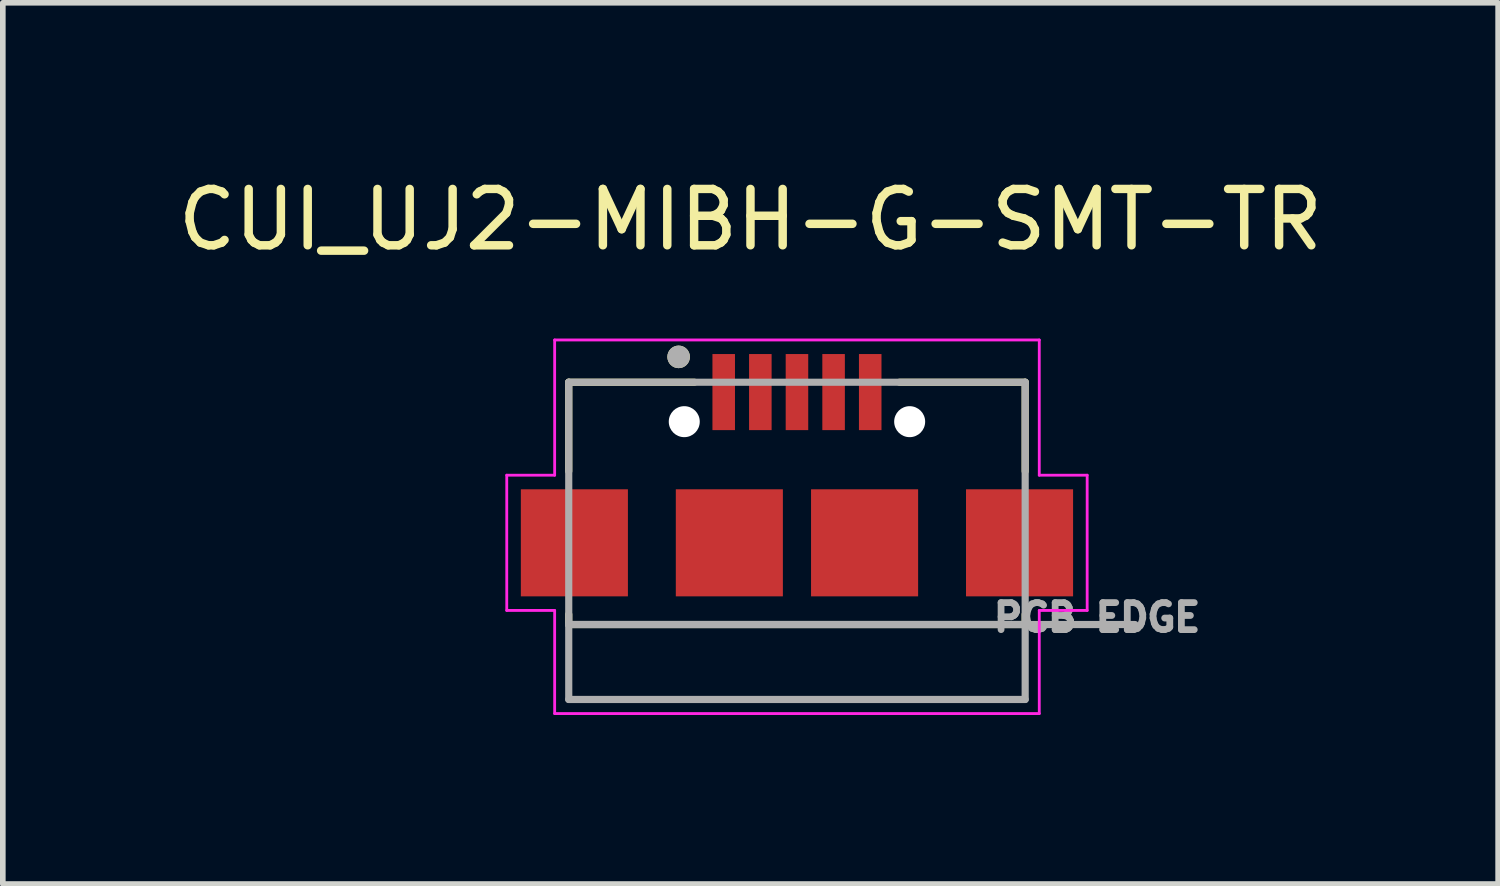
<source format=kicad_pcb>
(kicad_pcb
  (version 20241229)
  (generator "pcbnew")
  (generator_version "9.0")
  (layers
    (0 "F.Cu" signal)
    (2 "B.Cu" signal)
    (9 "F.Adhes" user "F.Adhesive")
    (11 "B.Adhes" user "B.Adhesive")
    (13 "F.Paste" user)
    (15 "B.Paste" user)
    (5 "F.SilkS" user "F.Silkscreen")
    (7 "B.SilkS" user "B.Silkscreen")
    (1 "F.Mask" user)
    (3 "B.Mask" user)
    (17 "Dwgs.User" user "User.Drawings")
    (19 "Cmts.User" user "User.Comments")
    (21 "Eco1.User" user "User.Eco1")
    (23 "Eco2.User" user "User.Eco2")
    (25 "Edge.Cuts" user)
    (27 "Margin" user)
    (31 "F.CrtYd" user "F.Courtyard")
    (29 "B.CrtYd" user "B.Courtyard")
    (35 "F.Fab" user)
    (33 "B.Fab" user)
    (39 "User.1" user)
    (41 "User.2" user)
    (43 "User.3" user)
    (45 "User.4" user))
  (footprint "CUI_UJ2-MIBH-G-SMT-TR"
    (layer "F.Cu")
    (at 11.093 6.583)
    (property "Reference" "CUI_UJ2-MIBH-G-SMT-TR" (at -0.825 -5.735 0) (layer "F.SilkS") (effects (font (size 1 1) (thickness 0.15))))
    (attr smd)
    (fp_line (start -4.05 -2.85) (end -1.82 -2.85) (stroke (width 0.127) (type solid)) (layer "F.SilkS"))
    (fp_line (start -4.05 -1.27) (end -4.05 -2.85) (stroke (width 0.127) (type solid)) (layer "F.SilkS"))
    (fp_line (start -4.05 1.27) (end -4.05 1.45) (stroke (width 0.127) (type solid)) (layer "F.SilkS"))
    (fp_line (start -4.05 1.45) (end 4.05 1.45) (stroke (width 0.127) (type solid)) (layer "F.SilkS"))
    (fp_line (start 1.82 -2.85) (end 4.05 -2.85) (stroke (width 0.127) (type solid)) (layer "F.SilkS"))
    (fp_line (start 4.05 -2.85) (end 4.05 -1.27) (stroke (width 0.127) (type solid)) (layer "F.SilkS"))
    (fp_line (start 4.05 1.45) (end 4.05 1.27) (stroke (width 0.127) (type solid)) (layer "F.SilkS"))
    (fp_circle (center -2.1 -3.3) (end -2 -3.3) (stroke (width 0.2) (type solid)) (fill no) (layer "F.SilkS"))
    (fp_line (start -5.15 -1.2) (end -5.15 1.2) (stroke (width 0.05) (type solid)) (layer "F.CrtYd"))
    (fp_line (start -5.15 1.2) (end -4.3 1.2) (stroke (width 0.05) (type solid)) (layer "F.CrtYd"))
    (fp_line (start -4.3 -3.6) (end 4.3 -3.6) (stroke (width 0.05) (type solid)) (layer "F.CrtYd"))
    (fp_line (start -4.3 -1.2) (end -5.15 -1.2) (stroke (width 0.05) (type solid)) (layer "F.CrtYd"))
    (fp_line (start -4.3 -1.2) (end -4.3 -3.6) (stroke (width 0.05) (type solid)) (layer "F.CrtYd"))
    (fp_line (start -4.3 1.2) (end -4.3 3.03) (stroke (width 0.05) (type solid)) (layer "F.CrtYd"))
    (fp_line (start -4.3 3.03) (end 4.3 3.03) (stroke (width 0.05) (type solid)) (layer "F.CrtYd"))
    (fp_line (start 4.3 -1.2) (end 4.3 -3.6) (stroke (width 0.05) (type solid)) (layer "F.CrtYd"))
    (fp_line (start 4.3 1.2) (end 5.15 1.2) (stroke (width 0.05) (type solid)) (layer "F.CrtYd"))
    (fp_line (start 4.3 3.03) (end 4.3 1.2) (stroke (width 0.05) (type solid)) (layer "F.CrtYd"))
    (fp_line (start 5.15 -1.2) (end 4.3 -1.2) (stroke (width 0.05) (type solid)) (layer "F.CrtYd"))
    (fp_line (start 5.15 1.2) (end 5.15 -1.2) (stroke (width 0.05) (type solid)) (layer "F.CrtYd"))
    (fp_line (start -4.05 -2.85) (end 4.05 -2.85) (stroke (width 0.127) (type solid)) (layer "F.Fab"))
    (fp_line (start -4.05 1.45) (end -4.05 -2.85) (stroke (width 0.127) (type solid)) (layer "F.Fab"))
    (fp_line (start -4.05 1.45) (end 6 1.45) (stroke (width 0.127) (type solid)) (layer "F.Fab"))
    (fp_line (start -4.05 2.78) (end -4.05 1.45) (stroke (width 0.127) (type solid)) (layer "F.Fab"))
    (fp_line (start 4.05 -2.85) (end 4.05 2.78) (stroke (width 0.127) (type solid)) (layer "F.Fab"))
    (fp_line (start 4.05 2.78) (end -4.05 2.78) (stroke (width 0.127) (type solid)) (layer "F.Fab"))
    (fp_circle (center -2.1 -3.3) (end -2 -3.3) (stroke (width 0.2) (type solid)) (fill no) (layer "F.Fab"))
    (fp_text user "PCB EDGE" (at 5.325 1.325 0) (layer "F.Fab") (effects (font (size 0.48 0.48) (thickness 0.15))))
    (pad "" np_thru_hole circle (at -2 -2.15) (size 0.55 0.55) (drill 0.55) (layers "*.Cu" "*.Mask"))
    (pad "" np_thru_hole circle (at 2 -2.15) (size 0.55 0.55) (drill 0.55) (layers "*.Cu" "*.Mask"))
    (pad "1" smd rect (at -1.3 -2.675) (size 0.4 1.35) (layers "F.Cu" "F.Mask" "F.Paste"))
    (pad "2" smd rect (at -0.65 -2.675) (size 0.4 1.35) (layers "F.Cu" "F.Mask" "F.Paste"))
    (pad "3" smd rect (at 0 -2.675) (size 0.4 1.35) (layers "F.Cu" "F.Mask" "F.Paste"))
    (pad "4" smd rect (at 0.65 -2.675) (size 0.4 1.35) (layers "F.Cu" "F.Mask" "F.Paste"))
    (pad "5" smd rect (at 1.3 -2.675) (size 0.4 1.35) (layers "F.Cu" "F.Mask" "F.Paste"))
    (pad "S1" smd rect (at -3.95 0) (size 1.9 1.9) (layers "F.Cu" "F.Mask" "F.Paste"))
    (pad "S2" smd rect (at -1.2 0) (size 1.9 1.9) (layers "F.Cu" "F.Mask" "F.Paste"))
    (pad "S3" smd rect (at 1.2 0) (size 1.9 1.9) (layers "F.Cu" "F.Mask" "F.Paste"))
    (pad "S4" smd rect (at 3.95 0) (size 1.9 1.9) (layers "F.Cu" "F.Mask" "F.Paste")))
  (gr_rect
    (start -3 -3)
    (end 23.536 12.638)
    (stroke (width 0.1) (type default))
    (fill no)
    (layer "Edge.Cuts")))
</source>
